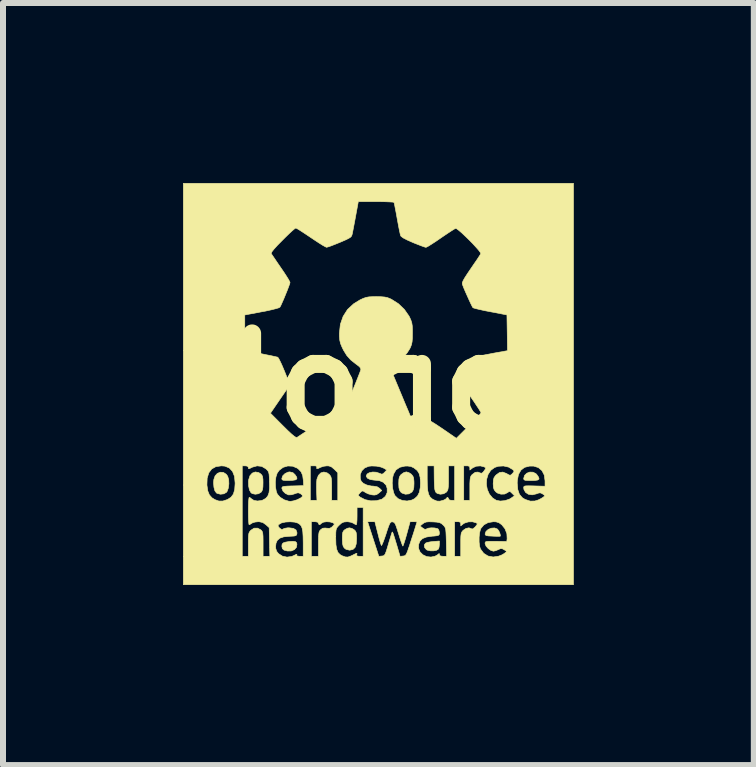
<source format=kicad_pcb>
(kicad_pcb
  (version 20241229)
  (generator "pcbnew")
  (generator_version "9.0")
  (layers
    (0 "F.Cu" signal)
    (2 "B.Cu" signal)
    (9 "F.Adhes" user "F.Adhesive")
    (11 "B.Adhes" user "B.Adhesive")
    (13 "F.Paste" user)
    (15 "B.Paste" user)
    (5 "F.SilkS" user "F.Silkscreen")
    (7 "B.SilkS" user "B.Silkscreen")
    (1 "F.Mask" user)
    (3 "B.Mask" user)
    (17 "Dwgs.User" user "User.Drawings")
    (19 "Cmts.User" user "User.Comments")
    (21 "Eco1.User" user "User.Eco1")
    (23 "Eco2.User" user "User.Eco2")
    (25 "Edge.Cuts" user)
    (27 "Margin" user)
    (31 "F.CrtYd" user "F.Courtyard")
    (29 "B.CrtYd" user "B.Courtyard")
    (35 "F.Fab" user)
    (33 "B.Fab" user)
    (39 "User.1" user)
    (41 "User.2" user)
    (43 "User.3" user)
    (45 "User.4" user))
  (footprint "logo"
    (layer "F.Cu")
    (at 3.256 3.341)
    (property "Reference" "logo" (at 0 0 0) (layer "F.SilkS") (effects (font (size 1.524 1.524) (thickness 0.3))))
    (attr through_hole)
    (fp_poly (pts (xy 1.016 2.68) (xy 1.011 2.726) (xy 1.001 2.758) (xy 0.971 2.778) (xy 0.922 2.788) (xy 0.867 2.788) (xy 0.818 2.778) (xy 0.8 2.769) (xy 0.769 2.731) (xy 0.765 2.691) (xy 0.785 2.661) (xy 0.813 2.649) (xy 0.863 2.639) (xy 0.912 2.633) (xy 1.016 2.625) (xy 1.016 2.68)) (stroke (width 0.01) (type solid)) (fill yes) (layer "F.SilkS"))
    (fp_poly (pts (xy -1.424 1.486) (xy -1.389 1.519) (xy -1.361 1.561) (xy -1.358 1.589) (xy -1.382 1.606) (xy -1.435 1.614) (xy -1.486 1.616) (xy -1.549 1.616) (xy -1.586 1.612) (xy -1.604 1.604) (xy -1.609 1.588) (xy -1.609 1.582) (xy -1.594 1.538) (xy -1.555 1.5) (xy -1.505 1.477) (xy -1.478 1.473) (xy -1.424 1.486)) (stroke (width 0.01) (type solid)) (fill yes) (layer "F.SilkS"))
    (fp_poly (pts (xy -1.422 2.63) (xy -1.381 2.636) (xy -1.363 2.654) (xy -1.358 2.679) (xy -1.366 2.73) (xy -1.4 2.768) (xy -1.452 2.79) (xy -1.517 2.791) (xy -1.571 2.777) (xy -1.6 2.752) (xy -1.609 2.711) (xy -1.604 2.676) (xy -1.585 2.656) (xy -1.545 2.643) (xy -1.485 2.633) (xy -1.425 2.63) (xy -1.422 2.63)) (stroke (width 0.01) (type solid)) (fill yes) (layer "F.SilkS"))
    (fp_poly (pts (xy 2.576 1.478) (xy 2.625 1.502) (xy 2.64 1.518) (xy 2.67 1.562) (xy 2.677 1.591) (xy 2.656 1.608) (xy 2.607 1.616) (xy 2.548 1.617) (xy 2.484 1.616) (xy 2.446 1.613) (xy 2.427 1.604) (xy 2.422 1.589) (xy 2.421 1.582) (xy 2.436 1.531) (xy 2.473 1.495) (xy 2.522 1.476) (xy 2.576 1.478)) (stroke (width 0.01) (type solid)) (fill yes) (layer "F.SilkS"))
    (fp_poly (pts (xy 1.981 2.424) (xy 1.988 2.431) (xy 2.008 2.459) (xy 2.024 2.497) (xy 2.033 2.53) (xy 2.03 2.545) (xy 2.011 2.546) (xy 1.967 2.546) (xy 1.908 2.544) (xy 1.901 2.543) (xy 1.836 2.54) (xy 1.799 2.534) (xy 1.782 2.523) (xy 1.778 2.508) (xy 1.793 2.465) (xy 1.831 2.431) (xy 1.882 2.411) (xy 1.935 2.407) (xy 1.981 2.424)) (stroke (width 0.01) (type solid)) (fill yes) (layer "F.SilkS"))
    (fp_poly (pts (xy -2.583 1.482) (xy -2.536 1.512) (xy -2.512 1.545) (xy -2.495 1.602) (xy -2.492 1.672) (xy -2.501 1.742) (xy -2.521 1.797) (xy -2.531 1.812) (xy -2.575 1.838) (xy -2.632 1.845) (xy -2.687 1.831) (xy -2.699 1.824) (xy -2.725 1.788) (xy -2.741 1.728) (xy -2.747 1.656) (xy -2.743 1.602) (xy -2.722 1.54) (xy -2.684 1.498) (xy -2.634 1.478) (xy -2.583 1.482)) (stroke (width 0.01) (type solid)) (fill yes) (layer "F.SilkS"))
    (fp_poly (pts (xy -1.995 1.484) (xy -1.963 1.505) (xy -1.942 1.526) (xy -1.93 1.554) (xy -1.924 1.599) (xy -1.923 1.655) (xy -1.925 1.725) (xy -1.932 1.771) (xy -1.947 1.802) (xy -1.954 1.81) (xy -1.998 1.837) (xy -2.052 1.845) (xy -2.103 1.834) (xy -2.123 1.82) (xy -2.149 1.775) (xy -2.163 1.708) (xy -2.165 1.629) (xy -2.162 1.604) (xy -2.141 1.537) (xy -2.102 1.493) (xy -2.051 1.474) (xy -1.995 1.484)) (stroke (width 0.01) (type solid)) (fill yes) (layer "F.SilkS"))
    (fp_poly (pts (xy -0.441 2.415) (xy -0.404 2.437) (xy -0.383 2.458) (xy -0.37 2.486) (xy -0.365 2.528) (xy -0.364 2.588) (xy -0.37 2.674) (xy -0.389 2.732) (xy -0.424 2.765) (xy -0.476 2.777) (xy -0.483 2.777) (xy -0.54 2.763) (xy -0.569 2.741) (xy -0.587 2.712) (xy -0.597 2.671) (xy -0.601 2.608) (xy -0.601 2.588) (xy -0.6 2.523) (xy -0.594 2.482) (xy -0.581 2.456) (xy -0.561 2.437) (xy -0.519 2.413) (xy -0.483 2.405) (xy -0.441 2.415)) (stroke (width 0.01) (type solid)) (fill yes) (layer "F.SilkS"))
    (fp_poly (pts (xy 0.508 1.485) (xy 0.55 1.513) (xy 0.551 1.515) (xy 0.575 1.544) (xy 0.587 1.577) (xy 0.592 1.628) (xy 0.593 1.664) (xy 0.59 1.731) (xy 0.58 1.774) (xy 0.561 1.805) (xy 0.558 1.809) (xy 0.509 1.839) (xy 0.45 1.845) (xy 0.394 1.826) (xy 0.373 1.809) (xy 0.353 1.778) (xy 0.342 1.737) (xy 0.339 1.673) (xy 0.339 1.664) (xy 0.341 1.601) (xy 0.349 1.56) (xy 0.366 1.53) (xy 0.38 1.515) (xy 0.421 1.486) (xy 0.464 1.473) (xy 0.466 1.473) (xy 0.508 1.485)) (stroke (width 0.01) (type solid)) (fill yes) (layer "F.SilkS"))
    (fp_poly (pts (xy 3.251 3.353) (xy -3.251 3.353) (xy -3.251 1.692) (xy -2.858 1.692) (xy -2.857 1.698) (xy -2.844 1.789) (xy -2.817 1.856) (xy -2.773 1.905) (xy -2.725 1.935) (xy -2.658 1.959) (xy -2.593 1.959) (xy -2.517 1.934) (xy -2.513 1.932) (xy -2.456 1.895) (xy -2.417 1.843) (xy -2.395 1.769) (xy -2.388 1.67) (xy -2.388 1.657) (xy -2.398 1.548) (xy -2.431 1.465) (xy -2.484 1.408) (xy -2.558 1.377) (xy -2.616 1.372) (xy -2.269 1.372) (xy -2.269 2.879) (xy -2.167 2.879) (xy -2.167 2.683) (xy -2.167 2.598) (xy -2.165 2.541) (xy -2.16 2.502) (xy -2.151 2.477) (xy -2.136 2.457) (xy -2.126 2.446) (xy -2.072 2.411) (xy -2.014 2.41) (xy -1.962 2.437) (xy -1.945 2.452) (xy -1.934 2.471) (xy -1.927 2.499) (xy -1.923 2.543) (xy -1.922 2.61) (xy -1.922 2.674) (xy -1.922 2.879) (xy -1.866 2.879) (xy -1.809 2.879) (xy -1.813 2.736) (xy -1.715 2.736) (xy -1.696 2.796) (xy -1.665 2.835) (xy -1.6 2.877) (xy -1.523 2.893) (xy -1.445 2.882) (xy -1.416 2.87) (xy -1.375 2.85) (xy -1.358 2.847) (xy -1.362 2.859) (xy -1.363 2.862) (xy -1.356 2.873) (xy -1.321 2.879) (xy -1.313 2.879) (xy -1.253 2.879) (xy -1.253 2.659) (xy -1.255 2.55) (xy -1.26 2.469) (xy -1.271 2.411) (xy -1.288 2.371) (xy -1.314 2.344) (xy -1.34 2.327) (xy -1.396 2.31) (xy -1.47 2.304) (xy -1.546 2.308) (xy -1.611 2.322) (xy -1.626 2.329) (xy -1.665 2.353) (xy -1.673 2.376) (xy -1.652 2.404) (xy -1.642 2.413) (xy -1.612 2.433) (xy -1.59 2.427) (xy -1.588 2.424) (xy -1.56 2.413) (xy -1.512 2.405) (xy -1.488 2.405) (xy -1.417 2.414) (xy -1.373 2.441) (xy -1.357 2.486) (xy -1.358 2.501) (xy -1.363 2.522) (xy -1.376 2.535) (xy -1.406 2.542) (xy -1.459 2.545) (xy -1.483 2.546) (xy -1.577 2.555) (xy -1.643 2.577) (xy -1.686 2.615) (xy -1.707 2.663) (xy -1.715 2.736) (xy -1.813 2.736) (xy -1.815 2.64) (xy -1.82 2.402) (xy -1.876 2.352) (xy -1.926 2.317) (xy -1.981 2.304) (xy -2.004 2.303) (xy -1.118 2.303) (xy -1.118 2.879) (xy -0.999 2.879) (xy -0.999 2.675) (xy -0.999 2.588) (xy -0.998 2.581) (xy -0.711 2.581) (xy -0.708 2.685) (xy -0.696 2.761) (xy -0.674 2.815) (xy -0.639 2.851) (xy -0.604 2.871) (xy -0.551 2.89) (xy -0.508 2.892) (xy -0.46 2.875) (xy -0.432 2.862) (xy -0.385 2.838) (xy -0.362 2.83) (xy -0.356 2.836) (xy -0.362 2.853) (xy -0.361 2.871) (xy -0.335 2.878) (xy -0.313 2.879) (xy -0.254 2.879) (xy -0.254 2.303) (xy -0.18 2.303) (xy 0.007 2.88) (xy 0.058 2.875) (xy 0.081 2.872) (xy 0.098 2.862) (xy 0.113 2.84) (xy 0.129 2.8) (xy 0.149 2.737) (xy 0.162 2.692) (xy 0.184 2.617) (xy 0.204 2.553) (xy 0.218 2.507) (xy 0.224 2.489) (xy 0.228 2.478) (xy 0.233 2.474) (xy 0.238 2.482) (xy 0.248 2.506) (xy 0.262 2.55) (xy 0.283 2.618) (xy 0.307 2.697) (xy 0.361 2.88) (xy 0.413 2.875) (xy 0.432 2.872) (xy 0.447 2.865) (xy 0.461 2.849) (xy 0.476 2.819) (xy 0.494 2.772) (xy 0.502 2.747) (xy 0.668 2.747) (xy 0.694 2.807) (xy 0.741 2.854) (xy 0.804 2.884) (xy 0.876 2.892) (xy 0.943 2.878) (xy 0.981 2.858) (xy 1.003 2.84) (xy 1.013 2.833) (xy 1.016 2.849) (xy 1.025 2.87) (xy 1.056 2.878) (xy 1.077 2.879) (xy 1.137 2.879) (xy 1.132 2.642) (xy 1.129 2.548) (xy 1.126 2.482) (xy 1.122 2.436) (xy 1.114 2.406) (xy 1.103 2.385) (xy 1.087 2.366) (xy 1.079 2.359) (xy 1.05 2.333) (xy 1.017 2.318) (xy 0.971 2.31) (xy 0.91 2.306) (xy 0.842 2.304) (xy 0.798 2.308) (xy 0.766 2.319) (xy 0.74 2.337) (xy 0.694 2.374) (xy 0.737 2.408) (xy 0.773 2.43) (xy 0.797 2.427) (xy 0.8 2.424) (xy 0.831 2.411) (xy 0.88 2.405) (xy 0.934 2.407) (xy 0.979 2.416) (xy 0.996 2.425) (xy 1.011 2.456) (xy 1.016 2.49) (xy 1.014 2.514) (xy 1.004 2.528) (xy 0.978 2.536) (xy 0.93 2.542) (xy 0.896 2.544) (xy 0.802 2.558) (xy 0.735 2.584) (xy 0.693 2.626) (xy 0.671 2.68) (xy 0.668 2.747) (xy 0.502 2.747) (xy 0.518 2.701) (xy 0.549 2.603) (xy 0.553 2.591) (xy 0.583 2.5) (xy 0.608 2.42) (xy 0.627 2.358) (xy 0.64 2.319) (xy 0.643 2.307) (xy 0.628 2.304) (xy 0.592 2.303) (xy 0.586 2.303) (xy 1.27 2.303) (xy 1.27 2.879) (xy 1.372 2.879) (xy 1.372 2.683) (xy 1.372 2.598) (xy 1.373 2.562) (xy 1.678 2.562) (xy 1.678 2.641) (xy 1.686 2.711) (xy 1.7 2.757) (xy 1.755 2.83) (xy 1.827 2.875) (xy 1.913 2.891) (xy 2.001 2.878) (xy 2.054 2.858) (xy 2.099 2.832) (xy 2.101 2.83) (xy 2.14 2.799) (xy 2.096 2.77) (xy 2.062 2.752) (xy 2.034 2.752) (xy 2 2.767) (xy 1.955 2.786) (xy 1.916 2.794) (xy 1.916 2.794) (xy 1.874 2.781) (xy 1.83 2.75) (xy 1.794 2.709) (xy 1.778 2.67) (xy 1.778 2.667) (xy 1.779 2.65) (xy 1.787 2.638) (xy 1.807 2.632) (xy 1.845 2.63) (xy 1.908 2.63) (xy 1.959 2.63) (xy 2.139 2.633) (xy 2.145 2.586) (xy 2.141 2.502) (xy 2.109 2.42) (xy 2.057 2.355) (xy 2.009 2.32) (xy 1.96 2.305) (xy 1.917 2.303) (xy 1.829 2.317) (xy 1.758 2.355) (xy 1.708 2.414) (xy 1.701 2.43) (xy 1.686 2.488) (xy 1.678 2.562) (xy 1.373 2.562) (xy 1.374 2.541) (xy 1.379 2.502) (xy 1.388 2.477) (xy 1.403 2.457) (xy 1.413 2.446) (xy 1.46 2.415) (xy 1.509 2.405) (xy 1.548 2.419) (xy 1.551 2.422) (xy 1.573 2.423) (xy 1.608 2.395) (xy 1.614 2.388) (xy 1.641 2.355) (xy 1.648 2.337) (xy 1.635 2.325) (xy 1.626 2.32) (xy 1.567 2.304) (xy 1.498 2.306) (xy 1.435 2.326) (xy 1.416 2.338) (xy 1.372 2.373) (xy 1.372 2.338) (xy 1.364 2.312) (xy 1.336 2.303) (xy 1.321 2.303) (xy 1.27 2.303) (xy 0.586 2.303) (xy 0.528 2.303) (xy 0.473 2.506) (xy 0.451 2.583) (xy 0.431 2.647) (xy 0.416 2.691) (xy 0.408 2.709) (xy 0.408 2.709) (xy 0.399 2.694) (xy 0.384 2.652) (xy 0.363 2.591) (xy 0.34 2.515) (xy 0.338 2.51) (xy 0.312 2.426) (xy 0.293 2.37) (xy 0.277 2.335) (xy 0.262 2.316) (xy 0.245 2.308) (xy 0.236 2.306) (xy 0.218 2.306) (xy 0.203 2.314) (xy 0.189 2.334) (xy 0.172 2.373) (xy 0.15 2.435) (xy 0.128 2.504) (xy 0.102 2.58) (xy 0.079 2.642) (xy 0.061 2.684) (xy 0.051 2.701) (xy 0.051 2.701) (xy 0.043 2.683) (xy 0.028 2.638) (xy 0.01 2.574) (xy -0.009 2.499) (xy -0.059 2.303) (xy -0.18 2.303) (xy -0.254 2.303) (xy -0.254 2.066) (xy -0.356 2.066) (xy -0.356 2.21) (xy -0.357 2.275) (xy -0.361 2.325) (xy -0.367 2.351) (xy -0.369 2.354) (xy -0.392 2.344) (xy -0.416 2.329) (xy -0.453 2.313) (xy -0.506 2.304) (xy -0.522 2.303) (xy -0.575 2.308) (xy -0.615 2.326) (xy -0.654 2.361) (xy -0.68 2.388) (xy -0.697 2.412) (xy -0.706 2.442) (xy -0.71 2.485) (xy -0.711 2.55) (xy -0.711 2.581) (xy -0.998 2.581) (xy -0.996 2.528) (xy -0.991 2.488) (xy -0.983 2.462) (xy -0.969 2.443) (xy -0.963 2.437) (xy -0.93 2.412) (xy -0.888 2.408) (xy -0.864 2.411) (xy -0.817 2.414) (xy -0.783 2.399) (xy -0.763 2.38) (xy -0.738 2.352) (xy -0.736 2.337) (xy -0.755 2.323) (xy -0.759 2.321) (xy -0.806 2.307) (xy -0.862 2.303) (xy -0.914 2.31) (xy -0.947 2.327) (xy -0.948 2.328) (xy -0.973 2.35) (xy -0.984 2.354) (xy -0.997 2.34) (xy -0.999 2.328) (xy -1.012 2.31) (xy -1.053 2.303) (xy -1.058 2.303) (xy -1.118 2.303) (xy -2.004 2.303) (xy -2.057 2.309) (xy -2.101 2.323) (xy -2.109 2.328) (xy -2.139 2.347) (xy -2.155 2.353) (xy -2.159 2.337) (xy -2.163 2.294) (xy -2.166 2.229) (xy -2.167 2.149) (xy -2.167 2.125) (xy -2.166 2.042) (xy -2.164 1.972) (xy -2.159 1.922) (xy -2.154 1.898) (xy -2.153 1.897) (xy -2.13 1.908) (xy -2.117 1.921) (xy -2.075 1.948) (xy -2.016 1.958) (xy -1.95 1.95) (xy -1.926 1.942) (xy -1.877 1.914) (xy -1.844 1.876) (xy -1.823 1.821) (xy -1.814 1.744) (xy -1.815 1.64) (xy -1.718 1.64) (xy -1.715 1.726) (xy -1.701 1.802) (xy -1.684 1.844) (xy -1.637 1.896) (xy -1.57 1.938) (xy -1.495 1.961) (xy -1.465 1.964) (xy -1.417 1.956) (xy -1.36 1.939) (xy -1.344 1.932) (xy -1.29 1.904) (xy -1.266 1.881) (xy -1.27 1.859) (xy -1.294 1.839) (xy -1.325 1.823) (xy -1.353 1.823) (xy -1.395 1.837) (xy -1.398 1.839) (xy -1.449 1.854) (xy -1.495 1.856) (xy -1.501 1.855) (xy -1.551 1.831) (xy -1.59 1.793) (xy -1.608 1.75) (xy -1.609 1.745) (xy -1.606 1.73) (xy -1.595 1.72) (xy -1.568 1.714) (xy -1.521 1.71) (xy -1.447 1.707) (xy -1.427 1.707) (xy -1.246 1.702) (xy -1.251 1.617) (xy -1.262 1.533) (xy -1.288 1.472) (xy -1.334 1.424) (xy -1.353 1.41) (xy -1.429 1.378) (xy -1.51 1.374) (xy -1.588 1.397) (xy -1.653 1.446) (xy -1.687 1.494) (xy -1.708 1.558) (xy -1.718 1.64) (xy -1.815 1.64) (xy -1.815 1.64) (xy -1.815 1.639) (xy -1.818 1.562) (xy -1.822 1.51) (xy -1.83 1.477) (xy -1.843 1.453) (xy -1.865 1.431) (xy -1.876 1.421) (xy -1.944 1.381) (xy -2.021 1.372) (xy -2.101 1.394) (xy -2.106 1.397) (xy -2.145 1.416) (xy -2.163 1.42) (xy -2.167 1.407) (xy -2.167 1.397) (xy -2.183 1.377) (xy -2.218 1.372) (xy -1.135 1.372) (xy -1.135 1.947) (xy -1.079 1.947) (xy -1.024 1.947) (xy -1.03 1.8) (xy -1.031 1.725) (xy -1.03 1.656) (xy -1.026 1.605) (xy -1.025 1.596) (xy -1 1.531) (xy -0.96 1.49) (xy -0.909 1.475) (xy -0.855 1.489) (xy -0.82 1.515) (xy -0.803 1.535) (xy -0.791 1.556) (xy -0.784 1.587) (xy -0.78 1.634) (xy -0.779 1.704) (xy -0.779 1.752) (xy -0.779 1.947) (xy -0.677 1.947) (xy -0.677 1.867) (xy -0.338 1.867) (xy -0.337 1.867) (xy -0.32 1.88) (xy -0.301 1.895) (xy -0.223 1.935) (xy -0.129 1.955) (xy -0.033 1.953) (xy 0.054 1.929) (xy 0.064 1.924) (xy 0.118 1.879) (xy 0.146 1.817) (xy 0.146 1.747) (xy 0.128 1.694) (xy 0.095 1.659) (xy 0.23 1.659) (xy 0.237 1.747) (xy 0.255 1.823) (xy 0.275 1.867) (xy 0.328 1.919) (xy 0.399 1.949) (xy 0.478 1.958) (xy 0.557 1.942) (xy 0.602 1.92) (xy 0.651 1.875) (xy 0.682 1.814) (xy 0.698 1.73) (xy 0.701 1.657) (xy 0.696 1.567) (xy 0.679 1.501) (xy 0.648 1.451) (xy 0.597 1.41) (xy 0.588 1.404) (xy 0.54 1.382) (xy 0.485 1.375) (xy 0.443 1.376) (xy 0.357 1.396) (xy 0.293 1.44) (xy 0.252 1.51) (xy 0.236 1.573) (xy 0.23 1.659) (xy 0.095 1.659) (xy 0.084 1.647) (xy 0.015 1.618) (xy -0.078 1.609) (xy -0.136 1.6) (xy -0.181 1.579) (xy -0.202 1.548) (xy -0.203 1.541) (xy -0.188 1.508) (xy -0.15 1.486) (xy -0.096 1.475) (xy -0.037 1.478) (xy 0.02 1.497) (xy 0.02 1.497) (xy 0.054 1.511) (xy 0.078 1.504) (xy 0.102 1.481) (xy 0.139 1.442) (xy 0.098 1.415) (xy 0.042 1.392) (xy -0.033 1.377) (xy -0.112 1.374) (xy -0.161 1.379) (xy -0.229 1.407) (xy -0.278 1.456) (xy -0.303 1.518) (xy -0.302 1.587) (xy -0.287 1.628) (xy -0.251 1.664) (xy -0.192 1.692) (xy -0.121 1.708) (xy -0.085 1.71) (xy -0.02 1.721) (xy 0.02 1.747) (xy 0.056 1.783) (xy 0.008 1.825) (xy -0.031 1.852) (xy -0.07 1.859) (xy -0.109 1.855) (xy -0.166 1.84) (xy -0.216 1.817) (xy -0.222 1.812) (xy -0.254 1.792) (xy -0.275 1.792) (xy -0.3 1.815) (xy -0.306 1.821) (xy -0.33 1.85) (xy -0.338 1.867) (xy -0.677 1.867) (xy -0.677 1.487) (xy -0.735 1.429) (xy -0.78 1.391) (xy -0.823 1.374) (xy -0.858 1.372) (xy -0.913 1.379) (xy -0.961 1.395) (xy -0.965 1.397) (xy -1.009 1.418) (xy -1.029 1.417) (xy -1.027 1.397) (xy -1.028 1.379) (xy -1.053 1.372) (xy -1.076 1.372) (xy 0.813 1.372) (xy 0.813 1.585) (xy 0.815 1.699) (xy 0.822 1.784) (xy 0.837 1.846) (xy 0.86 1.89) (xy 0.893 1.921) (xy 0.92 1.937) (xy 0.975 1.959) (xy 1.023 1.961) (xy 1.081 1.946) (xy 1.117 1.929) (xy 1.134 1.913) (xy 1.135 1.912) (xy 1.147 1.897) (xy 1.151 1.897) (xy 1.166 1.91) (xy 1.168 1.922) (xy 1.184 1.942) (xy 1.219 1.947) (xy 1.27 1.947) (xy 1.27 1.372) (xy 1.422 1.372) (xy 1.422 1.947) (xy 1.524 1.947) (xy 1.524 1.752) (xy 1.524 1.682) (xy 1.799 1.682) (xy 1.815 1.767) (xy 1.85 1.845) (xy 1.904 1.909) (xy 1.964 1.946) (xy 2.03 1.959) (xy 2.107 1.952) (xy 2.181 1.928) (xy 2.21 1.911) (xy 2.268 1.871) (xy 2.227 1.83) (xy 2.198 1.803) (xy 2.178 1.8) (xy 2.155 1.816) (xy 2.154 1.817) (xy 2.104 1.842) (xy 2.042 1.844) (xy 1.983 1.825) (xy 1.955 1.804) (xy 1.93 1.772) (xy 1.917 1.734) (xy 1.913 1.676) (xy 1.913 1.667) (xy 1.914 1.659) (xy 2.313 1.659) (xy 2.322 1.766) (xy 2.35 1.847) (xy 2.4 1.905) (xy 2.446 1.932) (xy 2.531 1.96) (xy 2.608 1.958) (xy 2.663 1.941) (xy 2.711 1.917) (xy 2.749 1.893) (xy 2.749 1.893) (xy 2.769 1.875) (xy 2.765 1.86) (xy 2.738 1.841) (xy 2.706 1.824) (xy 2.678 1.823) (xy 2.636 1.837) (xy 2.633 1.839) (xy 2.563 1.855) (xy 2.501 1.846) (xy 2.453 1.815) (xy 2.425 1.766) (xy 2.421 1.736) (xy 2.423 1.721) (xy 2.433 1.711) (xy 2.457 1.706) (xy 2.5 1.705) (xy 2.569 1.706) (xy 2.599 1.707) (xy 2.777 1.712) (xy 2.777 1.622) (xy 2.764 1.526) (xy 2.726 1.452) (xy 2.666 1.401) (xy 2.586 1.376) (xy 2.52 1.376) (xy 2.436 1.397) (xy 2.375 1.444) (xy 2.334 1.516) (xy 2.315 1.614) (xy 2.313 1.659) (xy 1.914 1.659) (xy 1.916 1.608) (xy 1.927 1.569) (xy 1.95 1.536) (xy 1.963 1.523) (xy 2.017 1.484) (xy 2.072 1.476) (xy 2.135 1.5) (xy 2.145 1.506) (xy 2.181 1.526) (xy 2.202 1.528) (xy 2.224 1.51) (xy 2.234 1.5) (xy 2.257 1.472) (xy 2.258 1.454) (xy 2.24 1.435) (xy 2.17 1.393) (xy 2.085 1.374) (xy 1.997 1.379) (xy 1.937 1.399) (xy 1.872 1.447) (xy 1.828 1.515) (xy 1.804 1.595) (xy 1.799 1.682) (xy 1.524 1.682) (xy 1.524 1.667) (xy 1.527 1.609) (xy 1.532 1.571) (xy 1.541 1.545) (xy 1.555 1.525) (xy 1.566 1.515) (xy 1.613 1.48) (xy 1.659 1.476) (xy 1.693 1.49) (xy 1.719 1.496) (xy 1.743 1.48) (xy 1.76 1.457) (xy 1.783 1.424) (xy 1.786 1.406) (xy 1.77 1.393) (xy 1.763 1.389) (xy 1.7 1.373) (xy 1.631 1.378) (xy 1.571 1.405) (xy 1.569 1.407) (xy 1.524 1.442) (xy 1.524 1.407) (xy 1.517 1.381) (xy 1.488 1.372) (xy 1.473 1.372) (xy 1.422 1.372) (xy 1.27 1.372) (xy 1.168 1.372) (xy 1.168 1.572) (xy 1.168 1.659) (xy 1.165 1.719) (xy 1.16 1.759) (xy 1.151 1.785) (xy 1.137 1.805) (xy 1.134 1.809) (xy 1.088 1.837) (xy 1.033 1.845) (xy 0.981 1.832) (xy 0.96 1.816) (xy 0.948 1.795) (xy 0.939 1.761) (xy 0.934 1.708) (xy 0.931 1.63) (xy 0.93 1.578) (xy 0.928 1.372) (xy 0.813 1.372) (xy -1.076 1.372) (xy -1.135 1.372) (xy -2.218 1.372) (xy -2.269 1.372) (xy -2.616 1.372) (xy -2.708 1.385) (xy -2.778 1.424) (xy -2.827 1.489) (xy -2.854 1.579) (xy -2.858 1.692) (xy -3.251 1.692) (xy -3.251 -1.142) (xy -2.227 -1.142) (xy -2.227 -0.55) (xy -1.964 -0.499) (xy -1.873 -0.48) (xy -1.792 -0.464) (xy -1.729 -0.45) (xy -1.689 -0.441) (xy -1.679 -0.439) (xy -1.664 -0.421) (xy -1.641 -0.377) (xy -1.611 -0.314) (xy -1.578 -0.236) (xy -1.565 -0.205) (xy -1.474 0.021) (xy -1.637 0.258) (xy -1.799 0.495) (xy -1.591 0.704) (xy -1.511 0.783) (xy -1.451 0.839) (xy -1.407 0.876) (xy -1.378 0.895) (xy -1.36 0.899) (xy -1.356 0.898) (xy -1.333 0.883) (xy -1.288 0.853) (xy -1.226 0.812) (xy -1.154 0.762) (xy -1.118 0.738) (xy -0.908 0.593) (xy -0.799 0.654) (xy -0.745 0.682) (xy -0.702 0.698) (xy -0.679 0.701) (xy -0.678 0.7) (xy -0.668 0.681) (xy -0.648 0.636) (xy -0.619 0.568) (xy -0.583 0.484) (xy -0.542 0.388) (xy -0.499 0.284) (xy -0.456 0.179) (xy -0.413 0.076) (xy -0.374 -0.02) (xy -0.341 -0.103) (xy -0.315 -0.169) (xy -0.298 -0.214) (xy -0.293 -0.229) (xy -0.296 -0.253) (xy -0.317 -0.281) (xy -0.362 -0.316) (xy -0.379 -0.328) (xy -0.462 -0.394) (xy -0.527 -0.467) (xy -0.583 -0.558) (xy -0.606 -0.606) (xy -0.631 -0.666) (xy -0.644 -0.722) (xy -0.65 -0.788) (xy -0.65 -0.838) (xy -0.634 -0.986) (xy -0.588 -1.118) (xy -0.515 -1.233) (xy -0.413 -1.328) (xy -0.309 -1.392) (xy -0.252 -1.419) (xy -0.205 -1.435) (xy -0.156 -1.444) (xy -0.094 -1.447) (xy -0.034 -1.448) (xy 0.047 -1.446) (xy 0.105 -1.441) (xy 0.152 -1.431) (xy 0.199 -1.412) (xy 0.221 -1.401) (xy 0.333 -1.33) (xy 0.432 -1.235) (xy 0.509 -1.125) (xy 0.52 -1.104) (xy 0.542 -1.055) (xy 0.556 -1.011) (xy 0.564 -0.962) (xy 0.567 -0.897) (xy 0.567 -0.838) (xy 0.566 -0.754) (xy 0.561 -0.694) (xy 0.551 -0.647) (xy 0.534 -0.603) (xy 0.525 -0.584) (xy 0.481 -0.514) (xy 0.416 -0.435) (xy 0.338 -0.356) (xy 0.258 -0.288) (xy 0.203 -0.246) (xy 0.401 0.229) (xy 0.45 0.347) (xy 0.496 0.455) (xy 0.535 0.549) (xy 0.567 0.625) (xy 0.59 0.679) (xy 0.602 0.707) (xy 0.604 0.709) (xy 0.62 0.706) (xy 0.658 0.689) (xy 0.709 0.663) (xy 0.709 0.663) (xy 0.764 0.636) (xy 0.809 0.616) (xy 0.833 0.61) (xy 0.855 0.619) (xy 0.899 0.644) (xy 0.96 0.682) (xy 1.032 0.73) (xy 1.078 0.761) (xy 1.299 0.913) (xy 1.504 0.708) (xy 1.572 0.64) (xy 1.63 0.579) (xy 1.675 0.531) (xy 1.703 0.499) (xy 1.71 0.488) (xy 1.701 0.469) (xy 1.676 0.428) (xy 1.637 0.369) (xy 1.59 0.298) (xy 1.558 0.252) (xy 1.506 0.176) (xy 1.462 0.11) (xy 1.428 0.059) (xy 1.409 0.028) (xy 1.406 0.02) (xy 1.411 0.001) (xy 1.428 -0.044) (xy 1.452 -0.107) (xy 1.481 -0.184) (xy 1.489 -0.203) (xy 1.529 -0.3) (xy 1.561 -0.369) (xy 1.587 -0.412) (xy 1.609 -0.434) (xy 1.612 -0.435) (xy 1.642 -0.446) (xy 1.698 -0.46) (xy 1.774 -0.477) (xy 1.862 -0.494) (xy 1.901 -0.502) (xy 2.151 -0.547) (xy 2.147 -0.845) (xy 2.142 -1.143) (xy 1.866 -1.196) (xy 1.772 -1.214) (xy 1.691 -1.232) (xy 1.627 -1.247) (xy 1.586 -1.259) (xy 1.575 -1.264) (xy 1.563 -1.284) (xy 1.541 -1.328) (xy 1.513 -1.388) (xy 1.482 -1.457) (xy 1.451 -1.526) (xy 1.424 -1.589) (xy 1.405 -1.638) (xy 1.398 -1.658) (xy 1.398 -1.679) (xy 1.412 -1.714) (xy 1.441 -1.765) (xy 1.487 -1.836) (xy 1.542 -1.917) (xy 1.595 -1.995) (xy 1.642 -2.063) (xy 1.678 -2.118) (xy 1.701 -2.154) (xy 1.706 -2.165) (xy 1.698 -2.184) (xy 1.67 -2.222) (xy 1.625 -2.273) (xy 1.571 -2.332) (xy 1.51 -2.394) (xy 1.448 -2.454) (xy 1.39 -2.509) (xy 1.34 -2.552) (xy 1.304 -2.579) (xy 1.287 -2.585) (xy 1.265 -2.574) (xy 1.22 -2.546) (xy 1.159 -2.506) (xy 1.086 -2.457) (xy 1.038 -2.424) (xy 0.961 -2.371) (xy 0.892 -2.326) (xy 0.838 -2.292) (xy 0.802 -2.273) (xy 0.792 -2.269) (xy 0.769 -2.275) (xy 0.721 -2.292) (xy 0.656 -2.317) (xy 0.58 -2.347) (xy 0.578 -2.348) (xy 0.481 -2.391) (xy 0.415 -2.425) (xy 0.378 -2.452) (xy 0.371 -2.463) (xy 0.363 -2.491) (xy 0.351 -2.546) (xy 0.336 -2.621) (xy 0.32 -2.709) (xy 0.312 -2.752) (xy 0.296 -2.841) (xy 0.281 -2.918) (xy 0.27 -2.977) (xy 0.262 -3.012) (xy 0.26 -3.018) (xy 0.241 -3.023) (xy 0.194 -3.026) (xy 0.125 -3.029) (xy 0.038 -3.031) (xy -0.042 -3.031) (xy -0.335 -3.031) (xy -0.381 -2.781) (xy -0.398 -2.689) (xy -0.414 -2.605) (xy -0.427 -2.537) (xy -0.436 -2.492) (xy -0.439 -2.482) (xy -0.446 -2.46) (xy -0.462 -2.44) (xy -0.491 -2.421) (xy -0.538 -2.397) (xy -0.609 -2.366) (xy -0.644 -2.351) (xy -0.721 -2.32) (xy -0.787 -2.294) (xy -0.837 -2.277) (xy -0.863 -2.27) (xy -0.864 -2.27) (xy -0.885 -2.279) (xy -0.93 -2.304) (xy -0.992 -2.343) (xy -1.065 -2.391) (xy -1.123 -2.43) (xy -1.202 -2.483) (xy -1.272 -2.529) (xy -1.328 -2.565) (xy -1.365 -2.586) (xy -1.377 -2.591) (xy -1.396 -2.579) (xy -1.433 -2.548) (xy -1.485 -2.5) (xy -1.548 -2.439) (xy -1.598 -2.389) (xy -1.68 -2.306) (xy -1.738 -2.242) (xy -1.773 -2.198) (xy -1.786 -2.172) (xy -1.786 -2.165) (xy -1.772 -2.144) (xy -1.742 -2.1) (xy -1.701 -2.039) (xy -1.651 -1.966) (xy -1.623 -1.925) (xy -1.571 -1.849) (xy -1.527 -1.781) (xy -1.494 -1.727) (xy -1.476 -1.692) (xy -1.473 -1.683) (xy -1.479 -1.66) (xy -1.496 -1.613) (xy -1.52 -1.55) (xy -1.549 -1.479) (xy -1.578 -1.408) (xy -1.606 -1.345) (xy -1.628 -1.296) (xy -1.641 -1.273) (xy -1.662 -1.261) (xy -1.713 -1.246) (xy -1.789 -1.227) (xy -1.885 -1.206) (xy -1.941 -1.196) (xy -2.227 -1.142) (xy -3.251 -1.142) (xy -3.251 -3.336) (xy 3.251 -3.336) (xy 3.251 3.353)) (stroke (width 0.01) (type solid)) (fill yes) (layer "F.SilkS")))
  (gr_rect
    (start -3 -3)
    (end 9.512 9.699)
    (stroke (width 0.1) (type default))
    (fill no)
    (layer "Edge.Cuts")))
</source>
